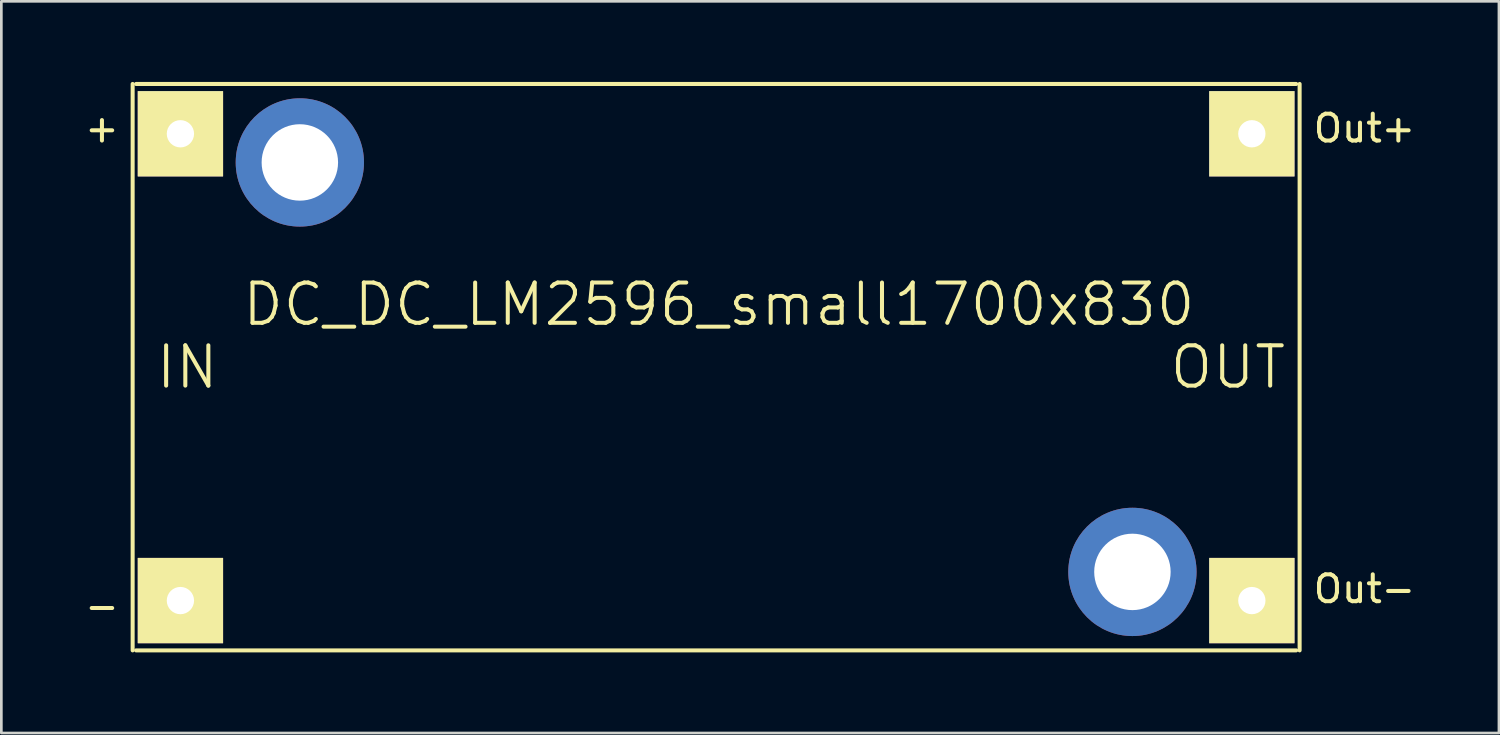
<source format=kicad_pcb>
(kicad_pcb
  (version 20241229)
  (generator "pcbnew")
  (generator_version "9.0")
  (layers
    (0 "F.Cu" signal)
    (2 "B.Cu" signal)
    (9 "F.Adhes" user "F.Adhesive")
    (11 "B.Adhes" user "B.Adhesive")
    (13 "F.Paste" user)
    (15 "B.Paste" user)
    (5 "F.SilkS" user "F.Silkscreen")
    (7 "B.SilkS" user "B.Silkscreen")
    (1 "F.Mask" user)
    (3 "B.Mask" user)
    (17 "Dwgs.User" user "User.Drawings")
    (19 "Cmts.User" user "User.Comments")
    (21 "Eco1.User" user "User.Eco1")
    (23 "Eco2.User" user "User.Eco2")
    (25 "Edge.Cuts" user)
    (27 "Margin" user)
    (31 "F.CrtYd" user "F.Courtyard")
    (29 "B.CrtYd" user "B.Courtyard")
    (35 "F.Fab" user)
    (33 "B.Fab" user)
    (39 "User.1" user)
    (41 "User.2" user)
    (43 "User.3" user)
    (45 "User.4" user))
  (footprint "DC_DC_LM2596_small1700x830"
    (layer "F.Cu")
    (at 23.604 10.616)
    (property "Reference" "DC_DC_LM2596_small1700x830" (at 0.102 -2.337 0) (layer "F.SilkS") (effects (font (size 1.5 1.5) (thickness 0.15))))
    (attr through_hole)
    (fp_line (start -21.717 10.541) (end -21.717 -10.541) (stroke (width 0.15) (type solid)) (layer "F.SilkS"))
    (fp_line (start -21.59 -10.541) (end 21.59 -10.541) (stroke (width 0.15) (type solid)) (layer "F.SilkS"))
    (fp_line (start -21.59 10.541) (end 21.59 10.541) (stroke (width 0.15) (type solid)) (layer "F.SilkS"))
    (fp_line (start 21.717 10.541) (end 21.717 -10.541) (stroke (width 0.15) (type solid)) (layer "F.SilkS"))
    (fp_text user "IN" (at -19.685 0 0) (layer "F.SilkS") (effects (font (size 1.5 1.5) (thickness 0.15))))
    (fp_text user "+" (at -22.86 -8.89 0) (unlocked yes) (layer "F.SilkS") (effects (font (size 1 1) (thickness 0.15))))
    (fp_text user "Out+" (at 24.13 -8.89 0) (unlocked yes) (layer "F.SilkS") (effects (font (size 1 1) (thickness 0.15))))
    (fp_text user "Out-" (at 24.13 8.255 0) (unlocked yes) (layer "F.SilkS") (effects (font (size 1 1) (thickness 0.15))))
    (fp_text user "-" (at -22.86 8.89 0) (unlocked yes) (layer "F.SilkS") (effects (font (size 1 1) (thickness 0.15))))
    (fp_text user "OUT" (at 19.05 0 0) (layer "F.SilkS") (effects (font (size 1.5 1.5) (thickness 0.15))))
    (pad "" np_thru_hole circle (at -15.494 -7.62) (size 4.775 4.775) (drill 2.845) (layers "*.Cu" "*.Mask"))
    (pad "" np_thru_hole circle (at 15.494 7.62) (size 4.775 4.775) (drill 2.845) (layers "*.Cu" "*.Mask"))
    (pad "1" thru_hole rect (at -19.939 -8.687) (size 3.175 3.175) (drill 1.016) (layers "*.Cu" "*.Mask" "F.SilkS"))
    (pad "2" thru_hole rect (at -19.939 8.687) (size 3.175 3.175) (drill 1.016) (layers "*.Cu" "*.Mask" "F.SilkS"))
    (pad "3" thru_hole rect (at 19.939 -8.687) (size 3.175 3.175) (drill 1.016) (layers "*.Cu" "*.Mask" "F.SilkS"))
    (pad "4" thru_hole rect (at 19.939 8.687) (size 3.175 3.175) (drill 1.016) (layers "*.Cu" "*.Mask" "F.SilkS")))
  (gr_rect
    (start -3 -3)
    (end 52.74 24.232)
    (stroke (width 0.1) (type default))
    (fill no)
    (layer "Edge.Cuts")))
</source>
